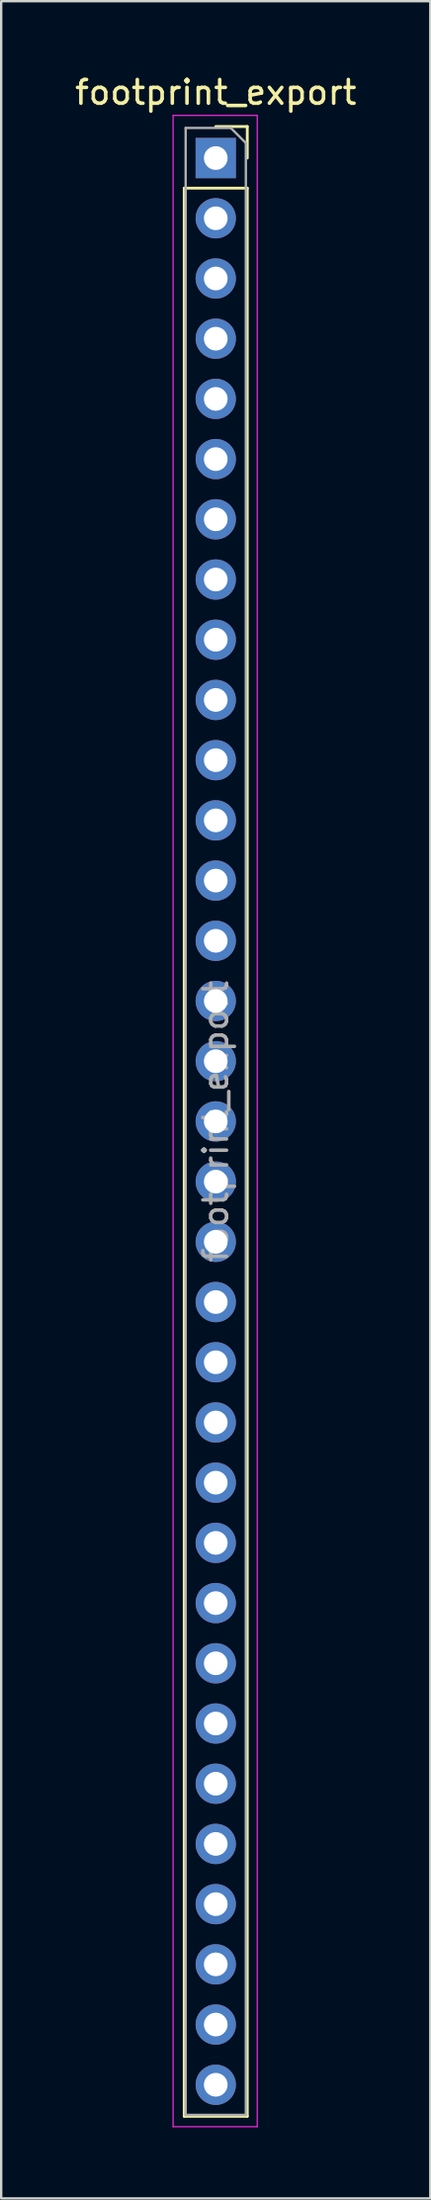
<source format=kicad_pcb>
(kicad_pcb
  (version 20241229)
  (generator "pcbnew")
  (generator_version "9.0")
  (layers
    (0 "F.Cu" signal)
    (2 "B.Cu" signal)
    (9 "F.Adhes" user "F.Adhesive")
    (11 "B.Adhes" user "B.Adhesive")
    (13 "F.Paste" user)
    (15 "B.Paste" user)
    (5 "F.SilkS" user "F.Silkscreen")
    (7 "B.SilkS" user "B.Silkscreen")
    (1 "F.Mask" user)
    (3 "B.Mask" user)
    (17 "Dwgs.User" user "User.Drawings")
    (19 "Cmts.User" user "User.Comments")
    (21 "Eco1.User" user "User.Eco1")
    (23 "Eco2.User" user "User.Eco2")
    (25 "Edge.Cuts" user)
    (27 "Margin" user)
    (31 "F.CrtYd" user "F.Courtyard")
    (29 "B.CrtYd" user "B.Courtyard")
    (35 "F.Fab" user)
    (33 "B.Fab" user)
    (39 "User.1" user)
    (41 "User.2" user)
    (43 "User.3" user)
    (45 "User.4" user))
  (footprint "footprint_export"
    (layer "F.Cu")
    (at 6.054 3.618)
    (property "Reference" "footprint_export" (at 0 -2.77 0) (layer "F.SilkS") (effects (font (size 1 1) (thickness 0.15))))
    (attr through_hole)
    (fp_line (start -1.33 1.27) (end -1.33 82.61) (stroke (width 0.12) (type solid)) (layer "F.SilkS"))
    (fp_line (start -1.33 1.27) (end 1.33 1.27) (stroke (width 0.12) (type solid)) (layer "F.SilkS"))
    (fp_line (start -1.33 82.61) (end 1.33 82.61) (stroke (width 0.12) (type solid)) (layer "F.SilkS"))
    (fp_line (start 0 -1.33) (end 1.33 -1.33) (stroke (width 0.12) (type solid)) (layer "F.SilkS"))
    (fp_line (start 1.33 -1.33) (end 1.33 0) (stroke (width 0.12) (type solid)) (layer "F.SilkS"))
    (fp_line (start 1.33 1.27) (end 1.33 82.61) (stroke (width 0.12) (type solid)) (layer "F.SilkS"))
    (fp_line (start -1.8 -1.8) (end 1.75 -1.8) (stroke (width 0.05) (type solid)) (layer "F.CrtYd"))
    (fp_line (start -1.8 83.05) (end -1.8 -1.8) (stroke (width 0.05) (type solid)) (layer "F.CrtYd"))
    (fp_line (start 1.75 -1.8) (end 1.75 83.05) (stroke (width 0.05) (type solid)) (layer "F.CrtYd"))
    (fp_line (start 1.75 83.05) (end -1.8 83.05) (stroke (width 0.05) (type solid)) (layer "F.CrtYd"))
    (fp_line (start -1.27 -1.27) (end 0.635 -1.27) (stroke (width 0.1) (type solid)) (layer "F.Fab"))
    (fp_line (start -1.27 82.55) (end -1.27 -1.27) (stroke (width 0.1) (type solid)) (layer "F.Fab"))
    (fp_line (start 0.635 -1.27) (end 1.27 -0.635) (stroke (width 0.1) (type solid)) (layer "F.Fab"))
    (fp_line (start 1.27 -0.635) (end 1.27 82.55) (stroke (width 0.1) (type solid)) (layer "F.Fab"))
    (fp_line (start 1.27 82.55) (end -1.27 82.55) (stroke (width 0.1) (type solid)) (layer "F.Fab"))
    (fp_text user "${REFERENCE}" (at 0 40.64 90) (layer "F.Fab") (effects (font (size 1 1) (thickness 0.15))))
    (pad "1" thru_hole rect (at 0 0) (size 1.7 1.7) (drill 1) (layers "*.Cu" "*.Mask"))
    (pad "2" thru_hole oval (at 0 2.54) (size 1.7 1.7) (drill 1) (layers "*.Cu" "*.Mask"))
    (pad "3" thru_hole oval (at 0 5.08) (size 1.7 1.7) (drill 1) (layers "*.Cu" "*.Mask"))
    (pad "4" thru_hole oval (at 0 7.62) (size 1.7 1.7) (drill 1) (layers "*.Cu" "*.Mask"))
    (pad "5" thru_hole oval (at 0 10.16) (size 1.7 1.7) (drill 1) (layers "*.Cu" "*.Mask"))
    (pad "6" thru_hole oval (at 0 12.7) (size 1.7 1.7) (drill 1) (layers "*.Cu" "*.Mask"))
    (pad "7" thru_hole oval (at 0 15.24) (size 1.7 1.7) (drill 1) (layers "*.Cu" "*.Mask"))
    (pad "8" thru_hole oval (at 0 17.78) (size 1.7 1.7) (drill 1) (layers "*.Cu" "*.Mask"))
    (pad "9" thru_hole oval (at 0 20.32) (size 1.7 1.7) (drill 1) (layers "*.Cu" "*.Mask"))
    (pad "10" thru_hole oval (at 0 22.86) (size 1.7 1.7) (drill 1) (layers "*.Cu" "*.Mask"))
    (pad "11" thru_hole oval (at 0 25.4) (size 1.7 1.7) (drill 1) (layers "*.Cu" "*.Mask"))
    (pad "12" thru_hole oval (at 0 27.94) (size 1.7 1.7) (drill 1) (layers "*.Cu" "*.Mask"))
    (pad "13" thru_hole oval (at 0 30.48) (size 1.7 1.7) (drill 1) (layers "*.Cu" "*.Mask"))
    (pad "14" thru_hole oval (at 0 33.02) (size 1.7 1.7) (drill 1) (layers "*.Cu" "*.Mask"))
    (pad "15" thru_hole oval (at 0 35.56) (size 1.7 1.7) (drill 1) (layers "*.Cu" "*.Mask"))
    (pad "16" thru_hole oval (at 0 38.1) (size 1.7 1.7) (drill 1) (layers "*.Cu" "*.Mask"))
    (pad "17" thru_hole oval (at 0 40.64) (size 1.7 1.7) (drill 1) (layers "*.Cu" "*.Mask"))
    (pad "18" thru_hole oval (at 0 43.18) (size 1.7 1.7) (drill 1) (layers "*.Cu" "*.Mask"))
    (pad "19" thru_hole oval (at 0 45.72) (size 1.7 1.7) (drill 1) (layers "*.Cu" "*.Mask"))
    (pad "20" thru_hole oval (at 0 48.26) (size 1.7 1.7) (drill 1) (layers "*.Cu" "*.Mask"))
    (pad "21" thru_hole oval (at 0 50.8) (size 1.7 1.7) (drill 1) (layers "*.Cu" "*.Mask"))
    (pad "22" thru_hole oval (at 0 53.34) (size 1.7 1.7) (drill 1) (layers "*.Cu" "*.Mask"))
    (pad "23" thru_hole oval (at 0 55.88) (size 1.7 1.7) (drill 1) (layers "*.Cu" "*.Mask"))
    (pad "24" thru_hole oval (at 0 58.42) (size 1.7 1.7) (drill 1) (layers "*.Cu" "*.Mask"))
    (pad "25" thru_hole oval (at 0 60.96) (size 1.7 1.7) (drill 1) (layers "*.Cu" "*.Mask"))
    (pad "26" thru_hole oval (at 0 63.5) (size 1.7 1.7) (drill 1) (layers "*.Cu" "*.Mask"))
    (pad "27" thru_hole oval (at 0 66.04) (size 1.7 1.7) (drill 1) (layers "*.Cu" "*.Mask"))
    (pad "28" thru_hole oval (at 0 68.58) (size 1.7 1.7) (drill 1) (layers "*.Cu" "*.Mask"))
    (pad "29" thru_hole oval (at 0 71.12) (size 1.7 1.7) (drill 1) (layers "*.Cu" "*.Mask"))
    (pad "30" thru_hole oval (at 0 73.66) (size 1.7 1.7) (drill 1) (layers "*.Cu" "*.Mask"))
    (pad "31" thru_hole oval (at 0 76.2) (size 1.7 1.7) (drill 1) (layers "*.Cu" "*.Mask"))
    (pad "32" thru_hole oval (at 0 78.74) (size 1.7 1.7) (drill 1) (layers "*.Cu" "*.Mask"))
    (pad "33" thru_hole oval (at 0 81.28) (size 1.7 1.7) (drill 1) (layers "*.Cu" "*.Mask")))
  (gr_rect
    (start -3 -3)
    (end 15.107 89.693)
    (stroke (width 0.1) (type default))
    (fill no)
    (layer "Edge.Cuts")))
</source>
